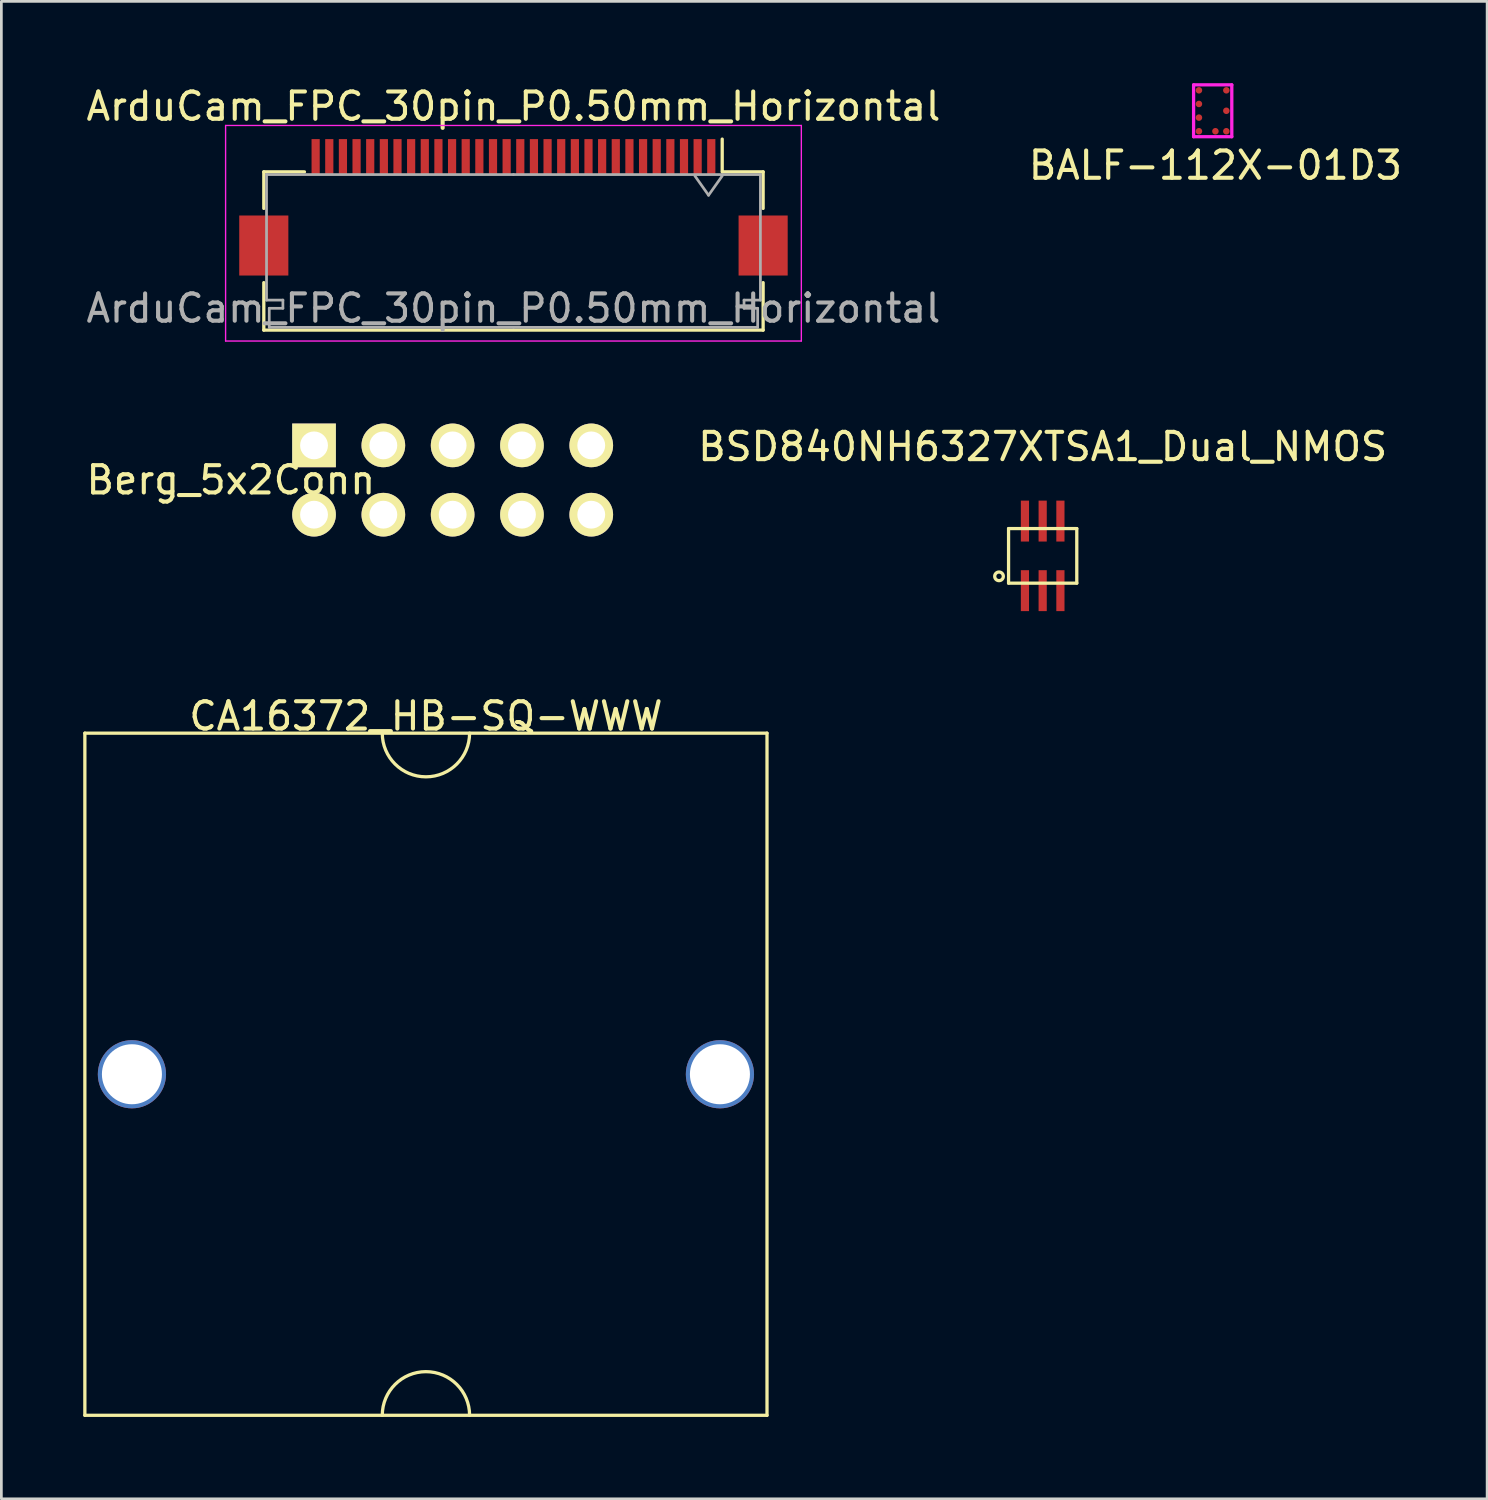
<source format=kicad_pcb>
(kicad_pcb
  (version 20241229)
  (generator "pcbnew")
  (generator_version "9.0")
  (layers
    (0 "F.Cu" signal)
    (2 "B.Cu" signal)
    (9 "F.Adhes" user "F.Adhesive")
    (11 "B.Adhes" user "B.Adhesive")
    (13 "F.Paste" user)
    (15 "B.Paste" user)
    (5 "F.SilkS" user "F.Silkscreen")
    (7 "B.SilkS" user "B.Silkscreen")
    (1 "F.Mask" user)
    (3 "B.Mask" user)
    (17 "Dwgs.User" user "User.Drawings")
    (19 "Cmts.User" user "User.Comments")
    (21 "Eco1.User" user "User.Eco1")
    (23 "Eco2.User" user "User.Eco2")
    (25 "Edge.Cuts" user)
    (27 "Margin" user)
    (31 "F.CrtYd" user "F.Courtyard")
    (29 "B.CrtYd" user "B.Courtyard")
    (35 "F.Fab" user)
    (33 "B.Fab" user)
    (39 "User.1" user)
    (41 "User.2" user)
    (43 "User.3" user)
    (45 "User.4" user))
  (footprint "ArduCam_FPC_30pin_P0.50mm_Horizontal"
    (layer "F.Cu")
    (at 15.768 4.548)
    (property "Reference" "ArduCam_FPC_30pin_P0.50mm_Horizontal" (at 0 -3.7 0) (layer "F.SilkS") (effects (font (size 1 1) (thickness 0.15))))
    (attr smd)
    (fp_line (start -9.15 -1.3) (end -9.15 0.04) (stroke (width 0.12) (type solid)) (layer "F.SilkS"))
    (fp_line (start -9.15 2.76) (end -9.15 4.5) (stroke (width 0.12) (type solid)) (layer "F.SilkS"))
    (fp_line (start -9.15 4.5) (end 9.15 4.5) (stroke (width 0.12) (type solid)) (layer "F.SilkS"))
    (fp_line (start -7.66 -1.3) (end -9.15 -1.3) (stroke (width 0.12) (type solid)) (layer "F.SilkS"))
    (fp_line (start 7.65 -1.3) (end 7.65 -2.5) (stroke (width 0.12) (type solid)) (layer "F.SilkS"))
    (fp_line (start 7.66 -1.3) (end 9.15 -1.3) (stroke (width 0.12) (type solid)) (layer "F.SilkS"))
    (fp_line (start 9.15 -1.3) (end 9.15 0.04) (stroke (width 0.12) (type solid)) (layer "F.SilkS"))
    (fp_line (start 9.15 4.5) (end 9.15 2.76) (stroke (width 0.12) (type solid)) (layer "F.SilkS"))
    (fp_line (start -10.55 -3) (end -10.55 4.9) (stroke (width 0.05) (type solid)) (layer "F.CrtYd"))
    (fp_line (start -10.55 4.9) (end 10.55 4.9) (stroke (width 0.05) (type solid)) (layer "F.CrtYd"))
    (fp_line (start 10.55 -3) (end -10.55 -3) (stroke (width 0.05) (type solid)) (layer "F.CrtYd"))
    (fp_line (start 10.55 4.9) (end 10.55 -3) (stroke (width 0.05) (type solid)) (layer "F.CrtYd"))
    (fp_line (start -9.05 -1.2) (end -9.05 3.4) (stroke (width 0.1) (type solid)) (layer "F.Fab"))
    (fp_line (start -9.05 3.4) (end -8.45 3.4) (stroke (width 0.1) (type solid)) (layer "F.Fab"))
    (fp_line (start -8.95 3.7) (end -8.95 4.4) (stroke (width 0.1) (type solid)) (layer "F.Fab"))
    (fp_line (start -8.95 4.4) (end 0 4.4) (stroke (width 0.1) (type solid)) (layer "F.Fab"))
    (fp_line (start -8.45 3.4) (end -8.45 3.7) (stroke (width 0.1) (type solid)) (layer "F.Fab"))
    (fp_line (start -8.45 3.7) (end -8.95 3.7) (stroke (width 0.1) (type solid)) (layer "F.Fab"))
    (fp_line (start 0 -1.2) (end -9.05 -1.2) (stroke (width 0.1) (type solid)) (layer "F.Fab"))
    (fp_line (start 0 -1.2) (end 9.05 -1.2) (stroke (width 0.1) (type solid)) (layer "F.Fab"))
    (fp_line (start 6.65 -1.15) (end 7.15 -0.443) (stroke (width 0.1) (type solid)) (layer "F.Fab"))
    (fp_line (start 7.15 -0.443) (end 7.65 -1.15) (stroke (width 0.1) (type solid)) (layer "F.Fab"))
    (fp_line (start 8.45 3.4) (end 8.45 3.7) (stroke (width 0.1) (type solid)) (layer "F.Fab"))
    (fp_line (start 8.45 3.7) (end 8.95 3.7) (stroke (width 0.1) (type solid)) (layer "F.Fab"))
    (fp_line (start 8.95 3.7) (end 8.95 4.4) (stroke (width 0.1) (type solid)) (layer "F.Fab"))
    (fp_line (start 8.95 4.4) (end 0 4.4) (stroke (width 0.1) (type solid)) (layer "F.Fab"))
    (fp_line (start 9.05 -1.2) (end 9.05 3.4) (stroke (width 0.1) (type solid)) (layer "F.Fab"))
    (fp_line (start 9.05 3.4) (end 8.45 3.4) (stroke (width 0.1) (type solid)) (layer "F.Fab"))
    (fp_text user "${REFERENCE}" (at 0 3.7 0) (layer "F.Fab") (effects (font (size 1 1) (thickness 0.15))))
    (pad "1" smd rect (at 7.25 -1.85) (size 0.3 1.3) (layers "F.Cu" "F.Mask" "F.Paste"))
    (pad "2" smd rect (at 6.75 -1.85) (size 0.3 1.3) (layers "F.Cu" "F.Mask" "F.Paste"))
    (pad "3" smd rect (at 6.25 -1.85) (size 0.3 1.3) (layers "F.Cu" "F.Mask" "F.Paste"))
    (pad "4" smd rect (at 5.75 -1.85) (size 0.3 1.3) (layers "F.Cu" "F.Mask" "F.Paste"))
    (pad "5" smd rect (at 5.25 -1.85) (size 0.3 1.3) (layers "F.Cu" "F.Mask" "F.Paste"))
    (pad "6" smd rect (at 4.75 -1.85) (size 0.3 1.3) (layers "F.Cu" "F.Mask" "F.Paste"))
    (pad "7" smd rect (at 4.25 -1.85) (size 0.3 1.3) (layers "F.Cu" "F.Mask" "F.Paste"))
    (pad "8" smd rect (at 3.75 -1.85) (size 0.3 1.3) (layers "F.Cu" "F.Mask" "F.Paste"))
    (pad "9" smd rect (at 3.25 -1.85) (size 0.3 1.3) (layers "F.Cu" "F.Mask" "F.Paste"))
    (pad "10" smd rect (at 2.75 -1.85) (size 0.3 1.3) (layers "F.Cu" "F.Mask" "F.Paste"))
    (pad "11" smd rect (at 2.25 -1.85) (size 0.3 1.3) (layers "F.Cu" "F.Mask" "F.Paste"))
    (pad "12" smd rect (at 1.75 -1.85) (size 0.3 1.3) (layers "F.Cu" "F.Mask" "F.Paste"))
    (pad "13" smd rect (at 1.25 -1.85) (size 0.3 1.3) (layers "F.Cu" "F.Mask" "F.Paste"))
    (pad "14" smd rect (at 0.75 -1.85) (size 0.3 1.3) (layers "F.Cu" "F.Mask" "F.Paste"))
    (pad "15" smd rect (at 0.25 -1.85) (size 0.3 1.3) (layers "F.Cu" "F.Mask" "F.Paste"))
    (pad "16" smd rect (at -0.25 -1.85) (size 0.3 1.3) (layers "F.Cu" "F.Mask" "F.Paste"))
    (pad "17" smd rect (at -0.75 -1.85) (size 0.3 1.3) (layers "F.Cu" "F.Mask" "F.Paste"))
    (pad "18" smd rect (at -1.25 -1.85) (size 0.3 1.3) (layers "F.Cu" "F.Mask" "F.Paste"))
    (pad "19" smd rect (at -1.75 -1.85) (size 0.3 1.3) (layers "F.Cu" "F.Mask" "F.Paste"))
    (pad "20" smd rect (at -2.25 -1.85) (size 0.3 1.3) (layers "F.Cu" "F.Mask" "F.Paste"))
    (pad "21" smd rect (at -2.75 -1.85) (size 0.3 1.3) (layers "F.Cu" "F.Mask" "F.Paste"))
    (pad "22" smd rect (at -3.25 -1.85) (size 0.3 1.3) (layers "F.Cu" "F.Mask" "F.Paste"))
    (pad "23" smd rect (at -3.75 -1.85) (size 0.3 1.3) (layers "F.Cu" "F.Mask" "F.Paste"))
    (pad "24" smd rect (at -4.25 -1.85) (size 0.3 1.3) (layers "F.Cu" "F.Mask" "F.Paste"))
    (pad "25" smd rect (at -4.75 -1.85) (size 0.3 1.3) (layers "F.Cu" "F.Mask" "F.Paste"))
    (pad "26" smd rect (at -5.25 -1.85) (size 0.3 1.3) (layers "F.Cu" "F.Mask" "F.Paste"))
    (pad "27" smd rect (at -5.75 -1.85) (size 0.3 1.3) (layers "F.Cu" "F.Mask" "F.Paste"))
    (pad "28" smd rect (at -6.25 -1.85) (size 0.3 1.3) (layers "F.Cu" "F.Mask" "F.Paste"))
    (pad "29" smd rect (at -6.75 -1.85) (size 0.3 1.3) (layers "F.Cu" "F.Mask" "F.Paste"))
    (pad "30" smd rect (at -7.25 -1.85) (size 0.3 1.3) (layers "F.Cu" "F.Mask" "F.Paste"))
    (pad "MP" smd rect (at -9.15 1.4) (size 1.8 2.2) (layers "F.Cu" "F.Mask" "F.Paste"))
    (pad "MP" smd rect (at 9.15 1.4) (size 1.8 2.2) (layers "F.Cu" "F.Mask" "F.Paste")))
  (footprint "BSD840NH6327XTSA1_Dual_NMOS"
    (layer "F.Cu")
    (at 35.163 17.322)
    (property "Reference" "BSD840NH6327XTSA1_Dual_NMOS" (at 0 -4 0) (layer "F.SilkS") (effects (font (size 1 1) (thickness 0.15))))
    (attr through_hole)
    (fp_line (start -1.25 -1) (end -1.25 1) (stroke (width 0.12) (type solid)) (layer "F.SilkS"))
    (fp_line (start -1.25 1) (end 1.25 1) (stroke (width 0.12) (type solid)) (layer "F.SilkS"))
    (fp_line (start 1.25 -1) (end -1.25 -1) (stroke (width 0.12) (type solid)) (layer "F.SilkS"))
    (fp_line (start 1.25 1) (end 1.25 -1) (stroke (width 0.12) (type solid)) (layer "F.SilkS"))
    (fp_circle (center -1.6 0.75) (end -1.45 0.8) (stroke (width 0.12) (type solid)) (fill no) (layer "F.SilkS"))
    (pad "1" smd rect (at -0.65 1.275) (size 0.3 1.5) (layers "F.Cu" "F.Mask" "F.Paste"))
    (pad "2" smd rect (at 0 1.275) (size 0.3 1.5) (layers "F.Cu" "F.Mask" "F.Paste"))
    (pad "3" smd rect (at 0.65 1.275) (size 0.3 1.5) (layers "F.Cu" "F.Mask" "F.Paste"))
    (pad "4" smd rect (at 0.65 -1.275) (size 0.3 1.5) (layers "F.Cu" "F.Mask" "F.Paste"))
    (pad "5" smd rect (at 0 -1.275) (size 0.3 1.5) (layers "F.Cu" "F.Mask" "F.Paste"))
    (pad "6" smd rect (at -0.65 -1.275) (size 0.3 1.5) (layers "F.Cu" "F.Mask" "F.Paste")))
  (footprint "BALF-112X-01D3"
    (layer "F.Cu")
    (at 41.494 1.01)
    (property "Reference" "BALF-112X-01D3" (at 0 2 0) (layer "F.SilkS") (effects (font (size 1 1) (thickness 0.15))))
    (attr through_hole)
    (fp_line (start -0.8 -0.95) (end 0.6 -0.95) (stroke (width 0.12) (type solid)) (layer "F.CrtYd"))
    (fp_line (start -0.8 0.95) (end -0.8 -0.95) (stroke (width 0.12) (type solid)) (layer "F.CrtYd"))
    (fp_line (start 0.6 -0.95) (end 0.6 0.95) (stroke (width 0.12) (type solid)) (layer "F.CrtYd"))
    (fp_line (start 0.6 0.95) (end -0.8 0.95) (stroke (width 0.12) (type solid)) (layer "F.CrtYd"))
    (pad "A1" smd circle (at 0.4 -0.75) (size 0.24 0.24) (layers "F.Cu" "F.Mask" "F.Paste"))
    (pad "A3" smd circle (at -0.604 -0.75) (size 0.24 0.24) (layers "F.Cu" "F.Mask" "F.Paste"))
    (pad "B3" smd circle (at -0.604 -0.25) (size 0.24 0.24) (layers "F.Cu" "F.Mask" "F.Paste"))
    (pad "C1" smd circle (at 0.4 0) (size 0.24 0.24) (layers "F.Cu" "F.Mask" "F.Paste"))
    (pad "D3" smd circle (at -0.604 0.25) (size 0.24 0.24) (layers "F.Cu" "F.Mask" "F.Paste"))
    (pad "E1" smd circle (at 0.4 0.75) (size 0.24 0.24) (layers "F.Cu" "F.Mask" "F.Paste"))
    (pad "E2" smd circle (at 0 0.75) (size 0.24 0.24) (layers "F.Cu" "F.Mask" "F.Paste"))
    (pad "E3" smd circle (at -0.604 0.75) (size 0.24 0.24) (layers "F.Cu" "F.Mask" "F.Paste")))
  (footprint "CA16372_HB-SQ-WWW"
    (layer "F.Cu")
    (at 12.56 36.32)
    (property "Reference" "CA16372_HB-SQ-WWW" (at 0 -13.125 0) (layer "F.SilkS") (effects (font (size 1 1) (thickness 0.15))))
    (attr through_hole)
    (fp_line (start -12.5 -12.5) (end 12.5 -12.5) (stroke (width 0.12) (type solid)) (layer "F.SilkS"))
    (fp_line (start -12.5 12.5) (end -12.5 -12.5) (stroke (width 0.12) (type solid)) (layer "F.SilkS"))
    (fp_line (start -12.5 12.5) (end 12.5 12.5) (stroke (width 0.12) (type solid)) (layer "F.SilkS"))
    (fp_line (start 12.5 12.5) (end 12.5 -12.5) (stroke (width 0.12) (type solid)) (layer "F.SilkS"))
    (fp_arc (start -1.6 12.5) (mid 0 10.9) (end 1.6 12.5) (stroke (width 0.12) (type solid)) (layer "F.SilkS"))
    (fp_arc (start 1.6 -12.5) (mid 0 -10.9) (end -1.6 -12.5) (stroke (width 0.12) (type solid)) (layer "F.SilkS"))
    (pad "" np_thru_hole circle (at -10.775 0) (size 2.5 2.5) (drill 2.2) (layers "*.Cu" "*.Mask"))
    (pad "" np_thru_hole circle (at 10.775 0) (size 2.5 2.5) (drill 2.2) (layers "*.Cu" "*.Mask")))
  (footprint "Berg_5x2Conn"
    (layer "F.Cu")
    (at 13.539 14.543)
    (property "Reference" "Berg_5x2Conn" (at -8.128 0 0) (layer "F.SilkS") (effects (font (size 1 1) (thickness 0.15))))
    (attr through_hole)
    (pad "1" thru_hole rect (at -5.08 -1.27) (size 1.6 1.6) (drill 1.02) (layers "*.Cu" "*.Mask" "F.SilkS"))
    (pad "2" thru_hole circle (at -5.08 1.27) (size 1.6 1.6) (drill 1.02) (layers "*.Cu" "*.Mask" "F.SilkS"))
    (pad "3" thru_hole circle (at -2.54 -1.27) (size 1.6 1.6) (drill 1.02) (layers "*.Cu" "*.Mask" "F.SilkS"))
    (pad "4" thru_hole circle (at -2.54 1.27) (size 1.6 1.6) (drill 1.02) (layers "*.Cu" "*.Mask" "F.SilkS"))
    (pad "5" thru_hole circle (at 0 -1.27) (size 1.6 1.6) (drill 1.02) (layers "*.Cu" "*.Mask" "F.SilkS"))
    (pad "6" thru_hole circle (at 0 1.27) (size 1.6 1.6) (drill 1.02) (layers "*.Cu" "*.Mask" "F.SilkS"))
    (pad "7" thru_hole circle (at 2.54 -1.27) (size 1.6 1.6) (drill 1.02) (layers "*.Cu" "*.Mask" "F.SilkS"))
    (pad "8" thru_hole circle (at 2.54 1.27) (size 1.6 1.6) (drill 1.02) (layers "*.Cu" "*.Mask" "F.SilkS"))
    (pad "9" thru_hole circle (at 5.08 -1.27) (size 1.6 1.6) (drill 1.02) (layers "*.Cu" "*.Mask" "F.SilkS"))
    (pad "10" thru_hole circle (at 5.08 1.27) (size 1.6 1.6) (drill 1.02) (layers "*.Cu" "*.Mask" "F.SilkS")))
  (gr_rect
    (start -3 -3)
    (end 51.452 51.88)
    (stroke (width 0.1) (type default))
    (fill no)
    (layer "Edge.Cuts")))
</source>
